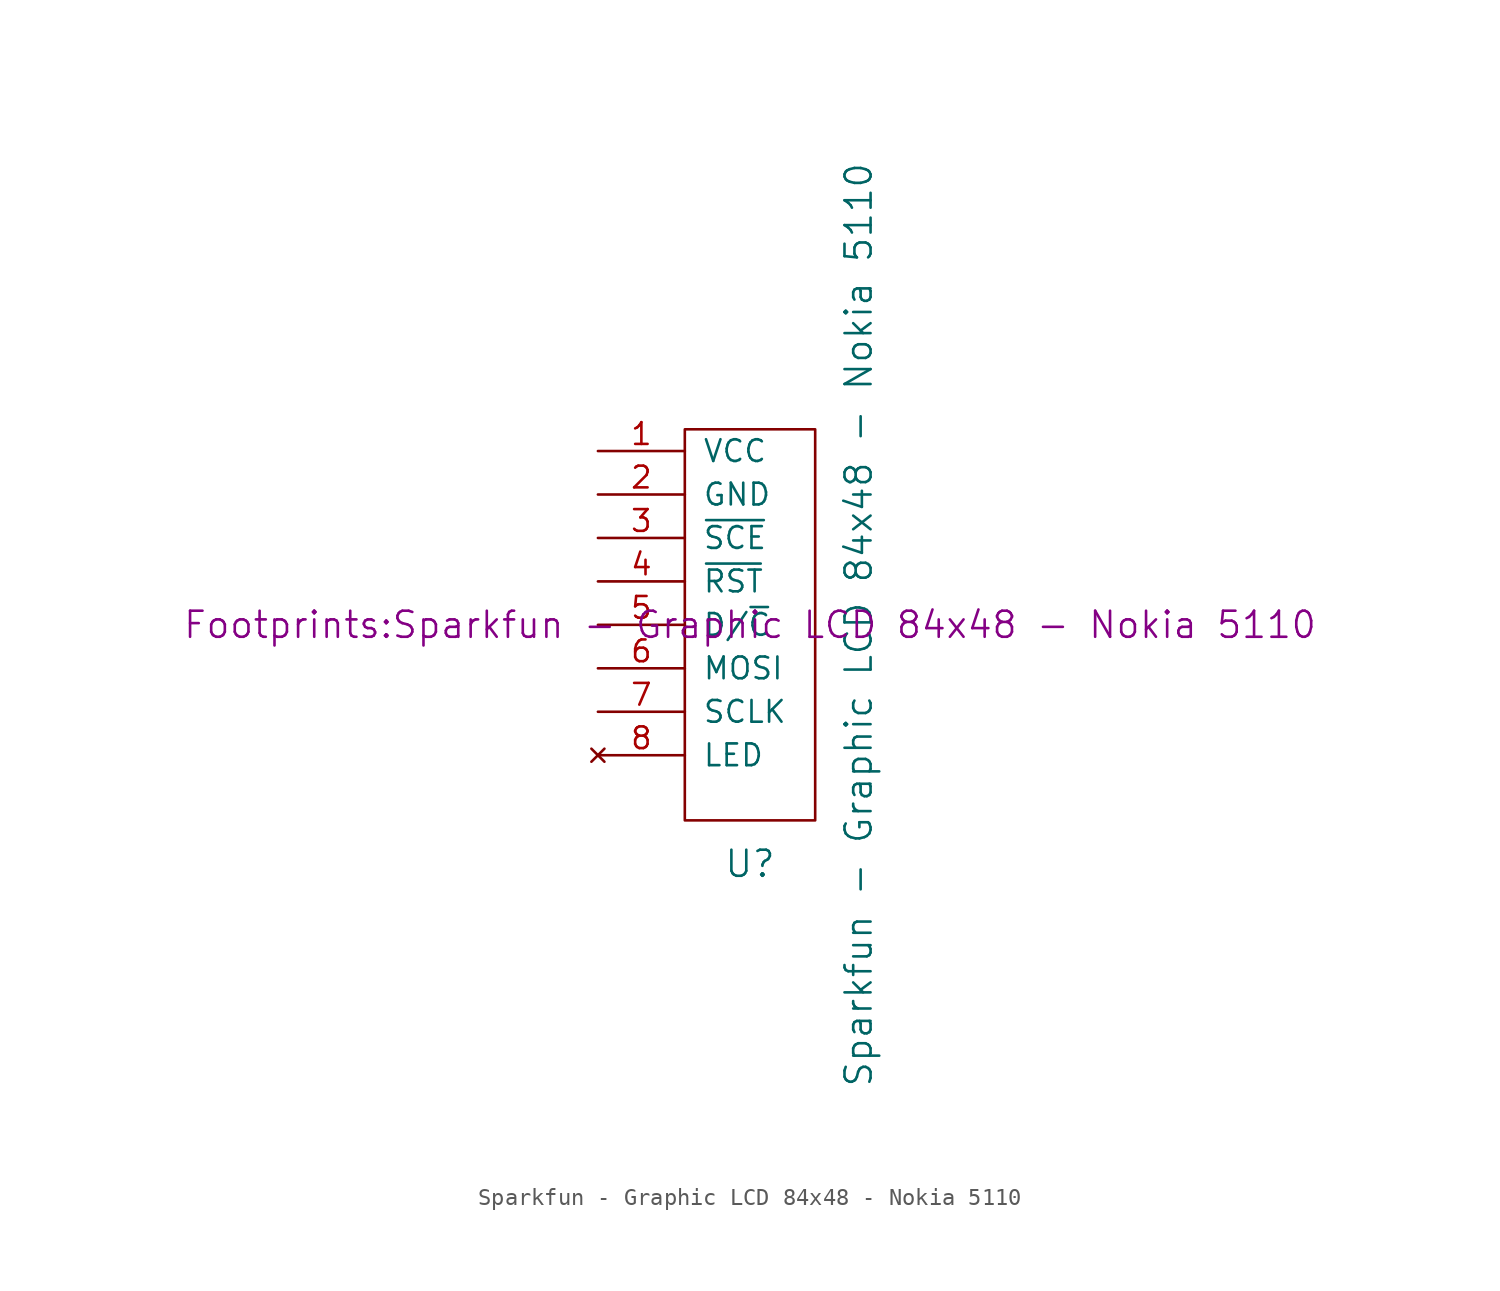
<source format=kicad_sym>
(kicad_symbol_lib
  (version 20211014)
  (generator kicad_symbol_editor)
  (symbol "Sparkfun - Graphic LCD 84x48 - Nokia 5110"
    (pin_names
      (offset 1.016))
    (property "Reference" "U"
      (at 0 -13.97 0)
      (effects (font (size 1.524 1.524))))
    (property "Value" "Sparkfun - Graphic LCD 84x48 - Nokia 5110"
      (at 6.35 0 90)
      (effects (font (size 1.524 1.524))))
    (property "Footprint" "Footprints:Sparkfun - Graphic LCD 84x48 - Nokia 5110"
      (at 0 0 0)
      (effects (font (size 1.524 1.524))))
    (property "Datasheet" ""
      (at 0 0 0)
      (effects (font (size 1.524 1.524))))
    (symbol "Sparkfun - Graphic LCD 84x48 - Nokia 5110_0_1"
      (rectangle (start -3.81 11.43) (end 3.81 -11.43) (stroke (width 0) (type default) (color 0 0 0 0)) (fill (type none))))
    (symbol "Sparkfun - Graphic LCD 84x48 - Nokia 5110_1_1"
      (pin power_in line (at -8.89 10.16 0) (length 5.08) (name "VCC" (effects (font (size 1.27 1.27)))) (number "1" (effects (font (size 1.27 1.27)))))
      (pin power_in line (at -8.89 7.62 0) (length 5.08) (name "GND" (effects (font (size 1.27 1.27)))) (number "2" (effects (font (size 1.27 1.27)))))
      (pin passive line (at -8.89 5.08 0) (length 5.08) (name "~{SCE}" (effects (font (size 1.27 1.27)))) (number "3" (effects (font (size 1.27 1.27)))))
      (pin passive line (at -8.89 2.54 0) (length 5.08) (name "~{RST}" (effects (font (size 1.27 1.27)))) (number "4" (effects (font (size 1.27 1.27)))))
      (pin passive line (at -8.89 0 0) (length 5.08) (name "D/~{C}" (effects (font (size 1.27 1.27)))) (number "5" (effects (font (size 1.27 1.27)))))
      (pin passive line (at -8.89 -2.54 0) (length 5.08) (name "MOSI" (effects (font (size 1.27 1.27)))) (number "6" (effects (font (size 1.27 1.27)))))
      (pin passive line (at -8.89 -5.08 0) (length 5.08) (name "SCLK" (effects (font (size 1.27 1.27)))) (number "7" (effects (font (size 1.27 1.27)))))
      (pin no_connect line (at -8.89 -7.62 0) (length 5.08) (name "LED" (effects (font (size 1.27 1.27)))) (number "8" (effects (font (size 1.27 1.27))))))))
</source>
